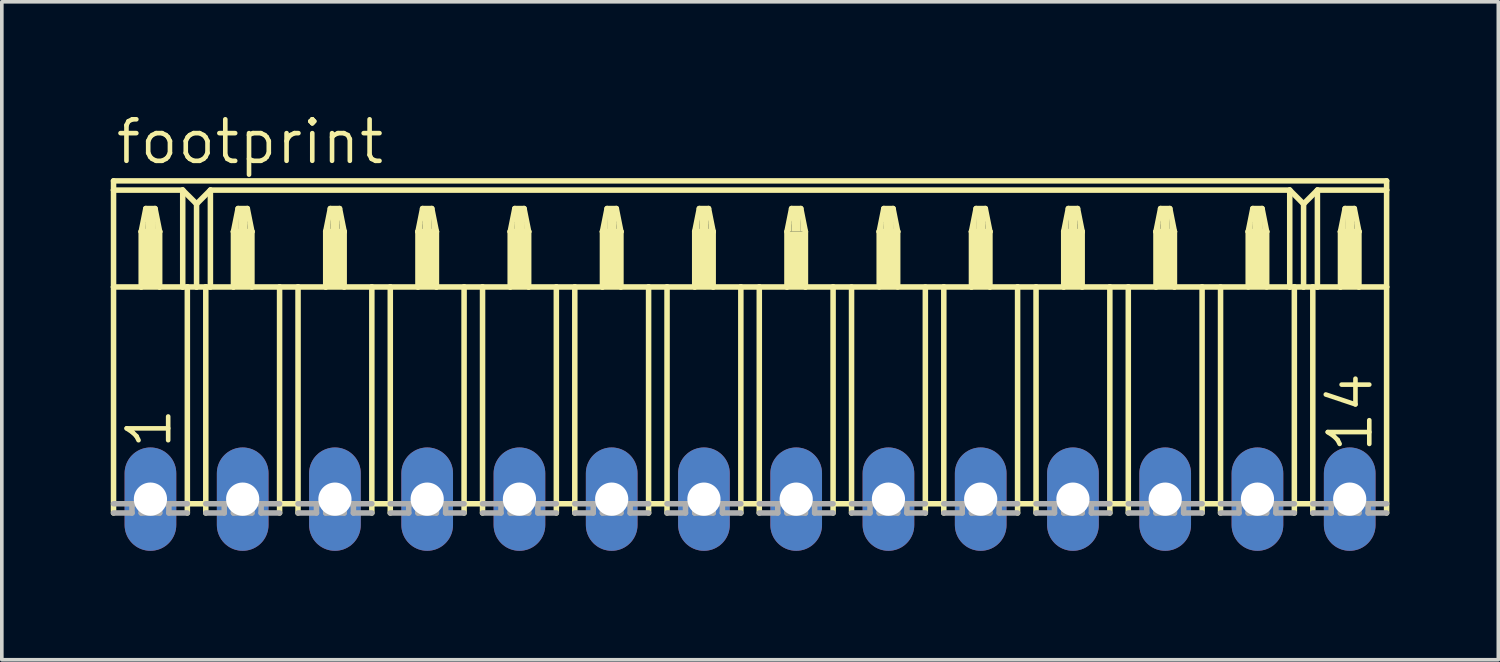
<source format=kicad_pcb>
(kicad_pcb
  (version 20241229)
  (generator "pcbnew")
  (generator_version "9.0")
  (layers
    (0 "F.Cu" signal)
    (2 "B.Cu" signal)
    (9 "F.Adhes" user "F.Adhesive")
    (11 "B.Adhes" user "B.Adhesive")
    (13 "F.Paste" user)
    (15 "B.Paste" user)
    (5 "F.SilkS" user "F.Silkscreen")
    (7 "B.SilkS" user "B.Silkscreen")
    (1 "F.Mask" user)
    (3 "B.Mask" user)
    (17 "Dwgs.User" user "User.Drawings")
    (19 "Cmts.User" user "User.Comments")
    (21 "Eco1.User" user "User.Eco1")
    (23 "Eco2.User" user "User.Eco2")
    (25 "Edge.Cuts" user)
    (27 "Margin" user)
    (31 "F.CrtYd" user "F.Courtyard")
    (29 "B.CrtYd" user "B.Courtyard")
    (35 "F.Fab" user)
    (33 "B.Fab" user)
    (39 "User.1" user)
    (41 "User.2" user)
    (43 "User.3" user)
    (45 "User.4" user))
  (footprint "footprint"
    (layer "F.Cu")
    (at 17.602 10.693)
    (property "Reference" "footprint" (at -17.526 -9.169 0) (layer "F.SilkS") (effects (font (size 1.143 1.143) (thickness 0.127)) (justify left bottom)))
    (fp_line (start -17.526 -8.763) (end -17.526 -8.509) (stroke (width 0.152) (type solid)) (layer "F.SilkS"))
    (fp_line (start -17.526 -8.763) (end 17.526 -8.763) (stroke (width 0.152) (type solid)) (layer "F.SilkS"))
    (fp_line (start -17.526 -8.509) (end -17.526 -5.842) (stroke (width 0.152) (type solid)) (layer "F.SilkS"))
    (fp_line (start -17.526 -8.509) (end -15.621 -8.509) (stroke (width 0.152) (type solid)) (layer "F.SilkS"))
    (fp_line (start -17.526 -5.842) (end -17.526 0.381) (stroke (width 0.152) (type solid)) (layer "F.SilkS"))
    (fp_line (start -17.526 -5.842) (end -16.764 -5.842) (stroke (width 0.152) (type solid)) (layer "F.SilkS"))
    (fp_line (start -16.764 -7.366) (end -16.764 -5.842) (stroke (width 0.152) (type solid)) (layer "F.SilkS"))
    (fp_line (start -16.764 -7.366) (end -16.637 -8.001) (stroke (width 0.152) (type solid)) (layer "F.SilkS"))
    (fp_line (start -16.764 -5.842) (end -16.256 -5.842) (stroke (width 0.152) (type solid)) (layer "F.SilkS"))
    (fp_line (start -16.637 -8.001) (end -16.383 -8.001) (stroke (width 0.152) (type solid)) (layer "F.SilkS"))
    (fp_line (start -16.383 -8.001) (end -16.256 -7.366) (stroke (width 0.152) (type solid)) (layer "F.SilkS"))
    (fp_line (start -16.256 -7.366) (end -16.764 -7.366) (stroke (width 0.152) (type solid)) (layer "F.SilkS"))
    (fp_line (start -16.256 -7.366) (end -16.256 -5.842) (stroke (width 0.152) (type solid)) (layer "F.SilkS"))
    (fp_line (start -16.256 -5.842) (end -15.621 -5.842) (stroke (width 0.152) (type solid)) (layer "F.SilkS"))
    (fp_line (start -15.621 -8.509) (end -15.621 -5.842) (stroke (width 0.152) (type solid)) (layer "F.SilkS"))
    (fp_line (start -15.621 -8.509) (end -15.24 -8.128) (stroke (width 0.152) (type solid)) (layer "F.SilkS"))
    (fp_line (start -15.621 -5.842) (end -15.494 -5.842) (stroke (width 0.152) (type solid)) (layer "F.SilkS"))
    (fp_line (start -15.494 -5.842) (end -15.494 0.127) (stroke (width 0.152) (type solid)) (layer "F.SilkS"))
    (fp_line (start -15.494 -5.842) (end -15.24 -5.842) (stroke (width 0.152) (type solid)) (layer "F.SilkS"))
    (fp_line (start -15.494 0.127) (end -15.494 0.381) (stroke (width 0.152) (type solid)) (layer "F.SilkS"))
    (fp_line (start -15.24 -8.128) (end -15.24 -5.842) (stroke (width 0.152) (type solid)) (layer "F.SilkS"))
    (fp_line (start -15.24 -8.128) (end -14.859 -8.509) (stroke (width 0.152) (type solid)) (layer "F.SilkS"))
    (fp_line (start -15.24 -5.842) (end -14.986 -5.842) (stroke (width 0.152) (type solid)) (layer "F.SilkS"))
    (fp_line (start -14.986 -5.842) (end -14.986 0.127) (stroke (width 0.152) (type solid)) (layer "F.SilkS"))
    (fp_line (start -14.986 -5.842) (end -14.859 -5.842) (stroke (width 0.152) (type solid)) (layer "F.SilkS"))
    (fp_line (start -14.986 0.127) (end -15.494 0.127) (stroke (width 0.152) (type solid)) (layer "F.SilkS"))
    (fp_line (start -14.986 0.127) (end -14.986 0.381) (stroke (width 0.152) (type solid)) (layer "F.SilkS"))
    (fp_line (start -14.859 -8.509) (end -14.859 -5.842) (stroke (width 0.152) (type solid)) (layer "F.SilkS"))
    (fp_line (start -14.859 -8.509) (end 14.859 -8.509) (stroke (width 0.152) (type solid)) (layer "F.SilkS"))
    (fp_line (start -14.859 -5.842) (end -14.224 -5.842) (stroke (width 0.152) (type solid)) (layer "F.SilkS"))
    (fp_line (start -14.224 -7.366) (end -14.224 -5.842) (stroke (width 0.152) (type solid)) (layer "F.SilkS"))
    (fp_line (start -14.224 -7.366) (end -14.097 -8.001) (stroke (width 0.152) (type solid)) (layer "F.SilkS"))
    (fp_line (start -14.224 -5.842) (end -13.716 -5.842) (stroke (width 0.152) (type solid)) (layer "F.SilkS"))
    (fp_line (start -14.097 -8.001) (end -13.843 -8.001) (stroke (width 0.152) (type solid)) (layer "F.SilkS"))
    (fp_line (start -13.843 -8.001) (end -13.716 -7.366) (stroke (width 0.152) (type solid)) (layer "F.SilkS"))
    (fp_line (start -13.716 -7.366) (end -14.224 -7.366) (stroke (width 0.152) (type solid)) (layer "F.SilkS"))
    (fp_line (start -13.716 -7.366) (end -13.716 -5.842) (stroke (width 0.152) (type solid)) (layer "F.SilkS"))
    (fp_line (start -13.716 -5.842) (end -12.954 -5.842) (stroke (width 0.152) (type solid)) (layer "F.SilkS"))
    (fp_line (start -12.954 -5.842) (end -12.954 0.127) (stroke (width 0.152) (type solid)) (layer "F.SilkS"))
    (fp_line (start -12.954 -5.842) (end -12.446 -5.842) (stroke (width 0.152) (type solid)) (layer "F.SilkS"))
    (fp_line (start -12.954 0.127) (end -12.954 0.381) (stroke (width 0.152) (type solid)) (layer "F.SilkS"))
    (fp_line (start -12.446 -5.842) (end -12.446 0.127) (stroke (width 0.152) (type solid)) (layer "F.SilkS"))
    (fp_line (start -12.446 -5.842) (end -11.684 -5.842) (stroke (width 0.152) (type solid)) (layer "F.SilkS"))
    (fp_line (start -12.446 0.127) (end -12.954 0.127) (stroke (width 0.152) (type solid)) (layer "F.SilkS"))
    (fp_line (start -12.446 0.127) (end -12.446 0.381) (stroke (width 0.152) (type solid)) (layer "F.SilkS"))
    (fp_line (start -11.684 -7.366) (end -11.684 -5.842) (stroke (width 0.152) (type solid)) (layer "F.SilkS"))
    (fp_line (start -11.684 -7.366) (end -11.557 -8.001) (stroke (width 0.152) (type solid)) (layer "F.SilkS"))
    (fp_line (start -11.684 -5.842) (end -11.176 -5.842) (stroke (width 0.152) (type solid)) (layer "F.SilkS"))
    (fp_line (start -11.557 -8.001) (end -11.303 -8.001) (stroke (width 0.152) (type solid)) (layer "F.SilkS"))
    (fp_line (start -11.303 -8.001) (end -11.176 -7.366) (stroke (width 0.152) (type solid)) (layer "F.SilkS"))
    (fp_line (start -11.176 -7.366) (end -11.684 -7.366) (stroke (width 0.152) (type solid)) (layer "F.SilkS"))
    (fp_line (start -11.176 -7.366) (end -11.176 -5.842) (stroke (width 0.152) (type solid)) (layer "F.SilkS"))
    (fp_line (start -11.176 -5.842) (end -10.414 -5.842) (stroke (width 0.152) (type solid)) (layer "F.SilkS"))
    (fp_line (start -10.414 -5.842) (end -10.414 0.127) (stroke (width 0.152) (type solid)) (layer "F.SilkS"))
    (fp_line (start -10.414 -5.842) (end -9.906 -5.842) (stroke (width 0.152) (type solid)) (layer "F.SilkS"))
    (fp_line (start -10.414 0.127) (end -10.414 0.381) (stroke (width 0.152) (type solid)) (layer "F.SilkS"))
    (fp_line (start -9.906 -5.842) (end -9.906 0.127) (stroke (width 0.152) (type solid)) (layer "F.SilkS"))
    (fp_line (start -9.906 -5.842) (end -9.144 -5.842) (stroke (width 0.152) (type solid)) (layer "F.SilkS"))
    (fp_line (start -9.906 0.127) (end -10.414 0.127) (stroke (width 0.152) (type solid)) (layer "F.SilkS"))
    (fp_line (start -9.906 0.127) (end -9.906 0.381) (stroke (width 0.152) (type solid)) (layer "F.SilkS"))
    (fp_line (start -9.144 -7.366) (end -9.144 -5.842) (stroke (width 0.152) (type solid)) (layer "F.SilkS"))
    (fp_line (start -9.144 -7.366) (end -9.017 -8.001) (stroke (width 0.152) (type solid)) (layer "F.SilkS"))
    (fp_line (start -9.144 -5.842) (end -8.636 -5.842) (stroke (width 0.152) (type solid)) (layer "F.SilkS"))
    (fp_line (start -9.017 -8.001) (end -8.763 -8.001) (stroke (width 0.152) (type solid)) (layer "F.SilkS"))
    (fp_line (start -8.763 -8.001) (end -8.636 -7.366) (stroke (width 0.152) (type solid)) (layer "F.SilkS"))
    (fp_line (start -8.636 -7.366) (end -9.144 -7.366) (stroke (width 0.152) (type solid)) (layer "F.SilkS"))
    (fp_line (start -8.636 -7.366) (end -8.636 -5.842) (stroke (width 0.152) (type solid)) (layer "F.SilkS"))
    (fp_line (start -8.636 -5.842) (end -7.874 -5.842) (stroke (width 0.152) (type solid)) (layer "F.SilkS"))
    (fp_line (start -7.874 -5.842) (end -7.874 0.127) (stroke (width 0.152) (type solid)) (layer "F.SilkS"))
    (fp_line (start -7.874 -5.842) (end -7.366 -5.842) (stroke (width 0.152) (type solid)) (layer "F.SilkS"))
    (fp_line (start -7.874 0.127) (end -7.874 0.381) (stroke (width 0.152) (type solid)) (layer "F.SilkS"))
    (fp_line (start -7.366 -5.842) (end -7.366 0.127) (stroke (width 0.152) (type solid)) (layer "F.SilkS"))
    (fp_line (start -7.366 -5.842) (end -6.604 -5.842) (stroke (width 0.152) (type solid)) (layer "F.SilkS"))
    (fp_line (start -7.366 0.127) (end -7.874 0.127) (stroke (width 0.152) (type solid)) (layer "F.SilkS"))
    (fp_line (start -7.366 0.127) (end -7.366 0.381) (stroke (width 0.152) (type solid)) (layer "F.SilkS"))
    (fp_line (start -6.604 -7.366) (end -6.604 -5.842) (stroke (width 0.152) (type solid)) (layer "F.SilkS"))
    (fp_line (start -6.604 -7.366) (end -6.477 -8.001) (stroke (width 0.152) (type solid)) (layer "F.SilkS"))
    (fp_line (start -6.604 -5.842) (end -6.096 -5.842) (stroke (width 0.152) (type solid)) (layer "F.SilkS"))
    (fp_line (start -6.477 -8.001) (end -6.223 -8.001) (stroke (width 0.152) (type solid)) (layer "F.SilkS"))
    (fp_line (start -6.223 -8.001) (end -6.096 -7.366) (stroke (width 0.152) (type solid)) (layer "F.SilkS"))
    (fp_line (start -6.096 -7.366) (end -6.604 -7.366) (stroke (width 0.152) (type solid)) (layer "F.SilkS"))
    (fp_line (start -6.096 -7.366) (end -6.096 -5.842) (stroke (width 0.152) (type solid)) (layer "F.SilkS"))
    (fp_line (start -6.096 -5.842) (end -5.334 -5.842) (stroke (width 0.152) (type solid)) (layer "F.SilkS"))
    (fp_line (start -5.334 -5.842) (end -5.334 0.127) (stroke (width 0.152) (type solid)) (layer "F.SilkS"))
    (fp_line (start -5.334 -5.842) (end -4.826 -5.842) (stroke (width 0.152) (type solid)) (layer "F.SilkS"))
    (fp_line (start -5.334 0.127) (end -5.334 0.381) (stroke (width 0.152) (type solid)) (layer "F.SilkS"))
    (fp_line (start -4.826 -5.842) (end -4.826 0.127) (stroke (width 0.152) (type solid)) (layer "F.SilkS"))
    (fp_line (start -4.826 -5.842) (end -4.064 -5.842) (stroke (width 0.152) (type solid)) (layer "F.SilkS"))
    (fp_line (start -4.826 0.127) (end -5.334 0.127) (stroke (width 0.152) (type solid)) (layer "F.SilkS"))
    (fp_line (start -4.826 0.127) (end -4.826 0.381) (stroke (width 0.152) (type solid)) (layer "F.SilkS"))
    (fp_line (start -4.064 -7.366) (end -4.064 -5.842) (stroke (width 0.152) (type solid)) (layer "F.SilkS"))
    (fp_line (start -4.064 -7.366) (end -3.937 -8.001) (stroke (width 0.152) (type solid)) (layer "F.SilkS"))
    (fp_line (start -4.064 -5.842) (end -3.556 -5.842) (stroke (width 0.152) (type solid)) (layer "F.SilkS"))
    (fp_line (start -3.937 -8.001) (end -3.683 -8.001) (stroke (width 0.152) (type solid)) (layer "F.SilkS"))
    (fp_line (start -3.683 -8.001) (end -3.556 -7.366) (stroke (width 0.152) (type solid)) (layer "F.SilkS"))
    (fp_line (start -3.556 -7.366) (end -4.064 -7.366) (stroke (width 0.152) (type solid)) (layer "F.SilkS"))
    (fp_line (start -3.556 -7.366) (end -3.556 -5.842) (stroke (width 0.152) (type solid)) (layer "F.SilkS"))
    (fp_line (start -3.556 -5.842) (end -2.794 -5.842) (stroke (width 0.152) (type solid)) (layer "F.SilkS"))
    (fp_line (start -2.794 -5.842) (end -2.794 0.127) (stroke (width 0.152) (type solid)) (layer "F.SilkS"))
    (fp_line (start -2.794 -5.842) (end -2.286 -5.842) (stroke (width 0.152) (type solid)) (layer "F.SilkS"))
    (fp_line (start -2.794 0.127) (end -2.794 0.381) (stroke (width 0.152) (type solid)) (layer "F.SilkS"))
    (fp_line (start -2.286 -5.842) (end -2.286 0.127) (stroke (width 0.152) (type solid)) (layer "F.SilkS"))
    (fp_line (start -2.286 -5.842) (end -1.524 -5.842) (stroke (width 0.152) (type solid)) (layer "F.SilkS"))
    (fp_line (start -2.286 0.127) (end -2.794 0.127) (stroke (width 0.152) (type solid)) (layer "F.SilkS"))
    (fp_line (start -2.286 0.127) (end -2.286 0.381) (stroke (width 0.152) (type solid)) (layer "F.SilkS"))
    (fp_line (start -1.524 -7.366) (end -1.524 -5.842) (stroke (width 0.152) (type solid)) (layer "F.SilkS"))
    (fp_line (start -1.524 -7.366) (end -1.397 -8.001) (stroke (width 0.152) (type solid)) (layer "F.SilkS"))
    (fp_line (start -1.524 -5.842) (end -1.016 -5.842) (stroke (width 0.152) (type solid)) (layer "F.SilkS"))
    (fp_line (start -1.397 -8.001) (end -1.143 -8.001) (stroke (width 0.152) (type solid)) (layer "F.SilkS"))
    (fp_line (start -1.143 -8.001) (end -1.016 -7.366) (stroke (width 0.152) (type solid)) (layer "F.SilkS"))
    (fp_line (start -1.016 -7.366) (end -1.524 -7.366) (stroke (width 0.152) (type solid)) (layer "F.SilkS"))
    (fp_line (start -1.016 -7.366) (end -1.016 -5.842) (stroke (width 0.152) (type solid)) (layer "F.SilkS"))
    (fp_line (start -1.016 -5.842) (end -0.254 -5.842) (stroke (width 0.152) (type solid)) (layer "F.SilkS"))
    (fp_line (start -0.254 -5.842) (end -0.254 0.127) (stroke (width 0.152) (type solid)) (layer "F.SilkS"))
    (fp_line (start -0.254 -5.842) (end 0.254 -5.842) (stroke (width 0.152) (type solid)) (layer "F.SilkS"))
    (fp_line (start -0.254 0.127) (end -0.254 0.381) (stroke (width 0.152) (type solid)) (layer "F.SilkS"))
    (fp_line (start 0.254 -5.842) (end 0.254 0.127) (stroke (width 0.152) (type solid)) (layer "F.SilkS"))
    (fp_line (start 0.254 -5.842) (end 1.016 -5.842) (stroke (width 0.152) (type solid)) (layer "F.SilkS"))
    (fp_line (start 0.254 0.127) (end -0.254 0.127) (stroke (width 0.152) (type solid)) (layer "F.SilkS"))
    (fp_line (start 0.254 0.127) (end 0.254 0.381) (stroke (width 0.152) (type solid)) (layer "F.SilkS"))
    (fp_line (start 1.016 -7.366) (end 1.016 -5.842) (stroke (width 0.152) (type solid)) (layer "F.SilkS"))
    (fp_line (start 1.016 -7.366) (end 1.143 -8.001) (stroke (width 0.152) (type solid)) (layer "F.SilkS"))
    (fp_line (start 1.016 -5.842) (end 1.524 -5.842) (stroke (width 0.152) (type solid)) (layer "F.SilkS"))
    (fp_line (start 1.143 -8.001) (end 1.397 -8.001) (stroke (width 0.152) (type solid)) (layer "F.SilkS"))
    (fp_line (start 1.397 -8.001) (end 1.524 -7.366) (stroke (width 0.152) (type solid)) (layer "F.SilkS"))
    (fp_line (start 1.524 -7.366) (end 1.524 -5.842) (stroke (width 0.152) (type solid)) (layer "F.SilkS"))
    (fp_line (start 1.524 -5.842) (end 2.286 -5.842) (stroke (width 0.152) (type solid)) (layer "F.SilkS"))
    (fp_line (start 2.286 -5.842) (end 2.286 0.127) (stroke (width 0.152) (type solid)) (layer "F.SilkS"))
    (fp_line (start 2.286 -5.842) (end 5.334 -5.842) (stroke (width 0.152) (type solid)) (layer "F.SilkS"))
    (fp_line (start 2.286 0.127) (end 2.286 0.381) (stroke (width 0.152) (type solid)) (layer "F.SilkS"))
    (fp_line (start 2.794 -5.842) (end 2.794 0.127) (stroke (width 0.152) (type solid)) (layer "F.SilkS"))
    (fp_line (start 2.794 0.127) (end 2.286 0.127) (stroke (width 0.152) (type solid)) (layer "F.SilkS"))
    (fp_line (start 2.794 0.127) (end 2.794 0.381) (stroke (width 0.152) (type solid)) (layer "F.SilkS"))
    (fp_line (start 3.556 -7.366) (end 3.556 -5.842) (stroke (width 0.152) (type solid)) (layer "F.SilkS"))
    (fp_line (start 3.556 -7.366) (end 3.683 -8.001) (stroke (width 0.152) (type solid)) (layer "F.SilkS"))
    (fp_line (start 3.683 -8.001) (end 3.937 -8.001) (stroke (width 0.152) (type solid)) (layer "F.SilkS"))
    (fp_line (start 3.937 -8.001) (end 4.064 -7.366) (stroke (width 0.152) (type solid)) (layer "F.SilkS"))
    (fp_line (start 4.064 -7.366) (end 3.556 -7.366) (stroke (width 0.152) (type solid)) (layer "F.SilkS"))
    (fp_line (start 4.064 -7.366) (end 4.064 -5.842) (stroke (width 0.152) (type solid)) (layer "F.SilkS"))
    (fp_line (start 4.826 -5.842) (end 4.826 0.127) (stroke (width 0.152) (type solid)) (layer "F.SilkS"))
    (fp_line (start 4.826 0.127) (end 4.826 0.381) (stroke (width 0.152) (type solid)) (layer "F.SilkS"))
    (fp_line (start 5.334 -5.842) (end 5.334 0.127) (stroke (width 0.152) (type solid)) (layer "F.SilkS"))
    (fp_line (start 5.334 -5.842) (end 6.096 -5.842) (stroke (width 0.152) (type solid)) (layer "F.SilkS"))
    (fp_line (start 5.334 0.127) (end 4.826 0.127) (stroke (width 0.152) (type solid)) (layer "F.SilkS"))
    (fp_line (start 5.334 0.127) (end 5.334 0.381) (stroke (width 0.152) (type solid)) (layer "F.SilkS"))
    (fp_line (start 6.096 -7.366) (end 6.096 -5.842) (stroke (width 0.152) (type solid)) (layer "F.SilkS"))
    (fp_line (start 6.096 -7.366) (end 6.223 -8.001) (stroke (width 0.152) (type solid)) (layer "F.SilkS"))
    (fp_line (start 6.096 -5.842) (end 6.604 -5.842) (stroke (width 0.152) (type solid)) (layer "F.SilkS"))
    (fp_line (start 6.223 -8.001) (end 6.477 -8.001) (stroke (width 0.152) (type solid)) (layer "F.SilkS"))
    (fp_line (start 6.477 -8.001) (end 6.604 -7.366) (stroke (width 0.152) (type solid)) (layer "F.SilkS"))
    (fp_line (start 6.604 -7.366) (end 6.096 -7.366) (stroke (width 0.152) (type solid)) (layer "F.SilkS"))
    (fp_line (start 6.604 -7.366) (end 6.604 -5.842) (stroke (width 0.152) (type solid)) (layer "F.SilkS"))
    (fp_line (start 6.604 -5.842) (end 7.366 -5.842) (stroke (width 0.152) (type solid)) (layer "F.SilkS"))
    (fp_line (start 7.366 -5.842) (end 7.366 0.127) (stroke (width 0.152) (type solid)) (layer "F.SilkS"))
    (fp_line (start 7.366 -5.842) (end 7.874 -5.842) (stroke (width 0.152) (type solid)) (layer "F.SilkS"))
    (fp_line (start 7.366 0.127) (end 7.366 0.381) (stroke (width 0.152) (type solid)) (layer "F.SilkS"))
    (fp_line (start 7.874 -5.842) (end 7.874 0.127) (stroke (width 0.152) (type solid)) (layer "F.SilkS"))
    (fp_line (start 7.874 -5.842) (end 8.636 -5.842) (stroke (width 0.152) (type solid)) (layer "F.SilkS"))
    (fp_line (start 7.874 0.127) (end 7.366 0.127) (stroke (width 0.152) (type solid)) (layer "F.SilkS"))
    (fp_line (start 7.874 0.127) (end 7.874 0.381) (stroke (width 0.152) (type solid)) (layer "F.SilkS"))
    (fp_line (start 8.636 -7.366) (end 8.636 -5.842) (stroke (width 0.152) (type solid)) (layer "F.SilkS"))
    (fp_line (start 8.636 -7.366) (end 8.763 -8.001) (stroke (width 0.152) (type solid)) (layer "F.SilkS"))
    (fp_line (start 8.636 -5.842) (end 9.144 -5.842) (stroke (width 0.152) (type solid)) (layer "F.SilkS"))
    (fp_line (start 8.763 -8.001) (end 9.017 -8.001) (stroke (width 0.152) (type solid)) (layer "F.SilkS"))
    (fp_line (start 9.017 -8.001) (end 9.144 -7.366) (stroke (width 0.152) (type solid)) (layer "F.SilkS"))
    (fp_line (start 9.144 -7.366) (end 8.636 -7.366) (stroke (width 0.152) (type solid)) (layer "F.SilkS"))
    (fp_line (start 9.144 -7.366) (end 9.144 -5.842) (stroke (width 0.152) (type solid)) (layer "F.SilkS"))
    (fp_line (start 9.144 -5.842) (end 9.906 -5.842) (stroke (width 0.152) (type solid)) (layer "F.SilkS"))
    (fp_line (start 9.906 -5.842) (end 9.906 0.127) (stroke (width 0.152) (type solid)) (layer "F.SilkS"))
    (fp_line (start 9.906 -5.842) (end 10.414 -5.842) (stroke (width 0.152) (type solid)) (layer "F.SilkS"))
    (fp_line (start 9.906 0.127) (end 9.906 0.381) (stroke (width 0.152) (type solid)) (layer "F.SilkS"))
    (fp_line (start 10.414 -5.842) (end 10.414 0.127) (stroke (width 0.152) (type solid)) (layer "F.SilkS"))
    (fp_line (start 10.414 -5.842) (end 11.176 -5.842) (stroke (width 0.152) (type solid)) (layer "F.SilkS"))
    (fp_line (start 10.414 0.127) (end 9.906 0.127) (stroke (width 0.152) (type solid)) (layer "F.SilkS"))
    (fp_line (start 10.414 0.127) (end 10.414 0.381) (stroke (width 0.152) (type solid)) (layer "F.SilkS"))
    (fp_line (start 11.176 -7.366) (end 11.176 -5.842) (stroke (width 0.152) (type solid)) (layer "F.SilkS"))
    (fp_line (start 11.176 -7.366) (end 11.303 -8.001) (stroke (width 0.152) (type solid)) (layer "F.SilkS"))
    (fp_line (start 11.176 -5.842) (end 11.684 -5.842) (stroke (width 0.152) (type solid)) (layer "F.SilkS"))
    (fp_line (start 11.303 -8.001) (end 11.557 -8.001) (stroke (width 0.152) (type solid)) (layer "F.SilkS"))
    (fp_line (start 11.557 -8.001) (end 11.684 -7.366) (stroke (width 0.152) (type solid)) (layer "F.SilkS"))
    (fp_line (start 11.684 -7.366) (end 11.176 -7.366) (stroke (width 0.152) (type solid)) (layer "F.SilkS"))
    (fp_line (start 11.684 -7.366) (end 11.684 -5.842) (stroke (width 0.152) (type solid)) (layer "F.SilkS"))
    (fp_line (start 11.684 -5.842) (end 12.446 -5.842) (stroke (width 0.152) (type solid)) (layer "F.SilkS"))
    (fp_line (start 12.446 -5.842) (end 12.446 0.127) (stroke (width 0.152) (type solid)) (layer "F.SilkS"))
    (fp_line (start 12.446 -5.842) (end 14.859 -5.842) (stroke (width 0.152) (type solid)) (layer "F.SilkS"))
    (fp_line (start 12.446 0.127) (end 12.446 0.381) (stroke (width 0.152) (type solid)) (layer "F.SilkS"))
    (fp_line (start 12.954 -5.842) (end 12.954 0.127) (stroke (width 0.152) (type solid)) (layer "F.SilkS"))
    (fp_line (start 12.954 0.127) (end 12.446 0.127) (stroke (width 0.152) (type solid)) (layer "F.SilkS"))
    (fp_line (start 12.954 0.127) (end 12.954 0.381) (stroke (width 0.152) (type solid)) (layer "F.SilkS"))
    (fp_line (start 13.716 -7.366) (end 13.716 -5.842) (stroke (width 0.152) (type solid)) (layer "F.SilkS"))
    (fp_line (start 13.716 -7.366) (end 13.843 -8.001) (stroke (width 0.152) (type solid)) (layer "F.SilkS"))
    (fp_line (start 13.843 -8.001) (end 14.097 -8.001) (stroke (width 0.152) (type solid)) (layer "F.SilkS"))
    (fp_line (start 14.097 -8.001) (end 14.224 -7.366) (stroke (width 0.152) (type solid)) (layer "F.SilkS"))
    (fp_line (start 14.224 -7.366) (end 13.716 -7.366) (stroke (width 0.152) (type solid)) (layer "F.SilkS"))
    (fp_line (start 14.224 -7.366) (end 14.224 -5.842) (stroke (width 0.152) (type solid)) (layer "F.SilkS"))
    (fp_line (start 14.859 -8.509) (end 14.859 -5.842) (stroke (width 0.152) (type solid)) (layer "F.SilkS"))
    (fp_line (start 14.859 -8.509) (end 15.24 -8.128) (stroke (width 0.152) (type solid)) (layer "F.SilkS"))
    (fp_line (start 14.859 -5.842) (end 14.986 -5.842) (stroke (width 0.152) (type solid)) (layer "F.SilkS"))
    (fp_line (start 14.986 -5.842) (end 14.986 0.127) (stroke (width 0.152) (type solid)) (layer "F.SilkS"))
    (fp_line (start 14.986 -5.842) (end 15.24 -5.842) (stroke (width 0.152) (type solid)) (layer "F.SilkS"))
    (fp_line (start 14.986 0.127) (end 14.986 0.381) (stroke (width 0.152) (type solid)) (layer "F.SilkS"))
    (fp_line (start 15.24 -8.128) (end 15.24 -5.842) (stroke (width 0.152) (type solid)) (layer "F.SilkS"))
    (fp_line (start 15.24 -8.128) (end 15.621 -8.509) (stroke (width 0.152) (type solid)) (layer "F.SilkS"))
    (fp_line (start 15.24 -5.842) (end 15.494 -5.842) (stroke (width 0.152) (type solid)) (layer "F.SilkS"))
    (fp_line (start 15.494 -5.842) (end 15.494 0.127) (stroke (width 0.152) (type solid)) (layer "F.SilkS"))
    (fp_line (start 15.494 -5.842) (end 15.621 -5.842) (stroke (width 0.152) (type solid)) (layer "F.SilkS"))
    (fp_line (start 15.494 0.127) (end 14.986 0.127) (stroke (width 0.152) (type solid)) (layer "F.SilkS"))
    (fp_line (start 15.494 0.127) (end 15.494 0.381) (stroke (width 0.152) (type solid)) (layer "F.SilkS"))
    (fp_line (start 15.621 -8.509) (end 15.621 -5.842) (stroke (width 0.152) (type solid)) (layer "F.SilkS"))
    (fp_line (start 15.621 -8.509) (end 17.526 -8.509) (stroke (width 0.152) (type solid)) (layer "F.SilkS"))
    (fp_line (start 15.621 -5.842) (end 16.256 -5.842) (stroke (width 0.152) (type solid)) (layer "F.SilkS"))
    (fp_line (start 16.256 -7.366) (end 16.256 -5.842) (stroke (width 0.152) (type solid)) (layer "F.SilkS"))
    (fp_line (start 16.256 -7.366) (end 16.383 -8.001) (stroke (width 0.152) (type solid)) (layer "F.SilkS"))
    (fp_line (start 16.256 -5.842) (end 16.764 -5.842) (stroke (width 0.152) (type solid)) (layer "F.SilkS"))
    (fp_line (start 16.383 -8.001) (end 16.637 -8.001) (stroke (width 0.152) (type solid)) (layer "F.SilkS"))
    (fp_line (start 16.637 -8.001) (end 16.764 -7.366) (stroke (width 0.152) (type solid)) (layer "F.SilkS"))
    (fp_line (start 16.764 -7.366) (end 16.256 -7.366) (stroke (width 0.152) (type solid)) (layer "F.SilkS"))
    (fp_line (start 16.764 -7.366) (end 16.764 -5.842) (stroke (width 0.152) (type solid)) (layer "F.SilkS"))
    (fp_line (start 16.764 -5.842) (end 17.526 -5.842) (stroke (width 0.152) (type solid)) (layer "F.SilkS"))
    (fp_line (start 17.526 -8.509) (end 17.526 -8.763) (stroke (width 0.152) (type solid)) (layer "F.SilkS"))
    (fp_line (start 17.526 -5.842) (end 17.526 -8.509) (stroke (width 0.152) (type solid)) (layer "F.SilkS"))
    (fp_line (start 17.526 -5.842) (end 17.526 0.381) (stroke (width 0.152) (type solid)) (layer "F.SilkS"))
    (fp_poly (pts (xy -16.764 -7.366) (xy -16.637 -7.366) (xy -16.637 -7.62) (xy -16.764 -7.62)) (stroke (width 0) (type solid)) (fill yes) (layer "F.SilkS"))
    (fp_poly (pts (xy -16.764 -5.842) (xy -16.256 -5.842) (xy -16.256 -7.366) (xy -16.764 -7.366)) (stroke (width 0) (type solid)) (fill yes) (layer "F.SilkS"))
    (fp_poly (pts (xy -16.637 -7.366) (xy -16.383 -7.366) (xy -16.383 -8.001) (xy -16.637 -8.001)) (stroke (width 0) (type solid)) (fill yes) (layer "F.SilkS"))
    (fp_poly (pts (xy -16.383 -7.366) (xy -16.256 -7.366) (xy -16.256 -7.62) (xy -16.383 -7.62)) (stroke (width 0) (type solid)) (fill yes) (layer "F.SilkS"))
    (fp_poly (pts (xy -14.224 -7.366) (xy -14.097 -7.366) (xy -14.097 -7.62) (xy -14.224 -7.62)) (stroke (width 0) (type solid)) (fill yes) (layer "F.SilkS"))
    (fp_poly (pts (xy -14.224 -5.842) (xy -13.716 -5.842) (xy -13.716 -7.366) (xy -14.224 -7.366)) (stroke (width 0) (type solid)) (fill yes) (layer "F.SilkS"))
    (fp_poly (pts (xy -14.097 -7.366) (xy -13.843 -7.366) (xy -13.843 -8.001) (xy -14.097 -8.001)) (stroke (width 0) (type solid)) (fill yes) (layer "F.SilkS"))
    (fp_poly (pts (xy -13.843 -7.366) (xy -13.716 -7.366) (xy -13.716 -7.62) (xy -13.843 -7.62)) (stroke (width 0) (type solid)) (fill yes) (layer "F.SilkS"))
    (fp_poly (pts (xy -11.684 -7.366) (xy -11.557 -7.366) (xy -11.557 -7.62) (xy -11.684 -7.62)) (stroke (width 0) (type solid)) (fill yes) (layer "F.SilkS"))
    (fp_poly (pts (xy -11.684 -5.842) (xy -11.176 -5.842) (xy -11.176 -7.366) (xy -11.684 -7.366)) (stroke (width 0) (type solid)) (fill yes) (layer "F.SilkS"))
    (fp_poly (pts (xy -11.557 -7.366) (xy -11.303 -7.366) (xy -11.303 -8.001) (xy -11.557 -8.001)) (stroke (width 0) (type solid)) (fill yes) (layer "F.SilkS"))
    (fp_poly (pts (xy -11.303 -7.366) (xy -11.176 -7.366) (xy -11.176 -7.62) (xy -11.303 -7.62)) (stroke (width 0) (type solid)) (fill yes) (layer "F.SilkS"))
    (fp_poly (pts (xy -9.144 -7.366) (xy -9.017 -7.366) (xy -9.017 -7.62) (xy -9.144 -7.62)) (stroke (width 0) (type solid)) (fill yes) (layer "F.SilkS"))
    (fp_poly (pts (xy -9.144 -5.842) (xy -8.636 -5.842) (xy -8.636 -7.366) (xy -9.144 -7.366)) (stroke (width 0) (type solid)) (fill yes) (layer "F.SilkS"))
    (fp_poly (pts (xy -9.017 -7.366) (xy -8.763 -7.366) (xy -8.763 -8.001) (xy -9.017 -8.001)) (stroke (width 0) (type solid)) (fill yes) (layer "F.SilkS"))
    (fp_poly (pts (xy -8.763 -7.366) (xy -8.636 -7.366) (xy -8.636 -7.62) (xy -8.763 -7.62)) (stroke (width 0) (type solid)) (fill yes) (layer "F.SilkS"))
    (fp_poly (pts (xy -6.604 -7.366) (xy -6.477 -7.366) (xy -6.477 -7.62) (xy -6.604 -7.62)) (stroke (width 0) (type solid)) (fill yes) (layer "F.SilkS"))
    (fp_poly (pts (xy -6.604 -5.842) (xy -6.096 -5.842) (xy -6.096 -7.366) (xy -6.604 -7.366)) (stroke (width 0) (type solid)) (fill yes) (layer "F.SilkS"))
    (fp_poly (pts (xy -6.477 -7.366) (xy -6.223 -7.366) (xy -6.223 -8.001) (xy -6.477 -8.001)) (stroke (width 0) (type solid)) (fill yes) (layer "F.SilkS"))
    (fp_poly (pts (xy -6.223 -7.366) (xy -6.096 -7.366) (xy -6.096 -7.62) (xy -6.223 -7.62)) (stroke (width 0) (type solid)) (fill yes) (layer "F.SilkS"))
    (fp_poly (pts (xy -4.064 -7.366) (xy -3.937 -7.366) (xy -3.937 -7.62) (xy -4.064 -7.62)) (stroke (width 0) (type solid)) (fill yes) (layer "F.SilkS"))
    (fp_poly (pts (xy -4.064 -5.842) (xy -3.556 -5.842) (xy -3.556 -7.366) (xy -4.064 -7.366)) (stroke (width 0) (type solid)) (fill yes) (layer "F.SilkS"))
    (fp_poly (pts (xy -3.937 -7.366) (xy -3.683 -7.366) (xy -3.683 -8.001) (xy -3.937 -8.001)) (stroke (width 0) (type solid)) (fill yes) (layer "F.SilkS"))
    (fp_poly (pts (xy -3.683 -7.366) (xy -3.556 -7.366) (xy -3.556 -7.62) (xy -3.683 -7.62)) (stroke (width 0) (type solid)) (fill yes) (layer "F.SilkS"))
    (fp_poly (pts (xy -1.524 -7.366) (xy -1.397 -7.366) (xy -1.397 -7.62) (xy -1.524 -7.62)) (stroke (width 0) (type solid)) (fill yes) (layer "F.SilkS"))
    (fp_poly (pts (xy -1.524 -5.842) (xy -1.016 -5.842) (xy -1.016 -7.366) (xy -1.524 -7.366)) (stroke (width 0) (type solid)) (fill yes) (layer "F.SilkS"))
    (fp_poly (pts (xy -1.397 -7.366) (xy -1.143 -7.366) (xy -1.143 -8.001) (xy -1.397 -8.001)) (stroke (width 0) (type solid)) (fill yes) (layer "F.SilkS"))
    (fp_poly (pts (xy -1.143 -7.366) (xy -1.016 -7.366) (xy -1.016 -7.62) (xy -1.143 -7.62)) (stroke (width 0) (type solid)) (fill yes) (layer "F.SilkS"))
    (fp_poly (pts (xy 1.016 -7.366) (xy 1.143 -7.366) (xy 1.143 -7.62) (xy 1.016 -7.62)) (stroke (width 0) (type solid)) (fill yes) (layer "F.SilkS"))
    (fp_poly (pts (xy 1.016 -5.842) (xy 1.524 -5.842) (xy 1.524 -7.366) (xy 1.016 -7.366)) (stroke (width 0) (type solid)) (fill yes) (layer "F.SilkS"))
    (fp_poly (pts (xy 1.143 -7.366) (xy 1.397 -7.366) (xy 1.397 -8.001) (xy 1.143 -8.001)) (stroke (width 0) (type solid)) (fill yes) (layer "F.SilkS"))
    (fp_poly (pts (xy 1.397 -7.366) (xy 1.524 -7.366) (xy 1.524 -7.62) (xy 1.397 -7.62)) (stroke (width 0) (type solid)) (fill yes) (layer "F.SilkS"))
    (fp_poly (pts (xy 3.556 -7.366) (xy 3.683 -7.366) (xy 3.683 -7.62) (xy 3.556 -7.62)) (stroke (width 0) (type solid)) (fill yes) (layer "F.SilkS"))
    (fp_poly (pts (xy 3.556 -5.842) (xy 4.064 -5.842) (xy 4.064 -7.366) (xy 3.556 -7.366)) (stroke (width 0) (type solid)) (fill yes) (layer "F.SilkS"))
    (fp_poly (pts (xy 3.683 -7.366) (xy 3.937 -7.366) (xy 3.937 -8.001) (xy 3.683 -8.001)) (stroke (width 0) (type solid)) (fill yes) (layer "F.SilkS"))
    (fp_poly (pts (xy 3.937 -7.366) (xy 4.064 -7.366) (xy 4.064 -7.62) (xy 3.937 -7.62)) (stroke (width 0) (type solid)) (fill yes) (layer "F.SilkS"))
    (fp_poly (pts (xy 6.096 -7.366) (xy 6.223 -7.366) (xy 6.223 -7.62) (xy 6.096 -7.62)) (stroke (width 0) (type solid)) (fill yes) (layer "F.SilkS"))
    (fp_poly (pts (xy 6.096 -5.842) (xy 6.604 -5.842) (xy 6.604 -7.366) (xy 6.096 -7.366)) (stroke (width 0) (type solid)) (fill yes) (layer "F.SilkS"))
    (fp_poly (pts (xy 6.223 -7.366) (xy 6.477 -7.366) (xy 6.477 -8.001) (xy 6.223 -8.001)) (stroke (width 0) (type solid)) (fill yes) (layer "F.SilkS"))
    (fp_poly (pts (xy 6.477 -7.366) (xy 6.604 -7.366) (xy 6.604 -7.62) (xy 6.477 -7.62)) (stroke (width 0) (type solid)) (fill yes) (layer "F.SilkS"))
    (fp_poly (pts (xy 8.636 -7.366) (xy 8.763 -7.366) (xy 8.763 -7.62) (xy 8.636 -7.62)) (stroke (width 0) (type solid)) (fill yes) (layer "F.SilkS"))
    (fp_poly (pts (xy 8.636 -5.842) (xy 9.144 -5.842) (xy 9.144 -7.366) (xy 8.636 -7.366)) (stroke (width 0) (type solid)) (fill yes) (layer "F.SilkS"))
    (fp_poly (pts (xy 8.763 -7.366) (xy 9.017 -7.366) (xy 9.017 -8.001) (xy 8.763 -8.001)) (stroke (width 0) (type solid)) (fill yes) (layer "F.SilkS"))
    (fp_poly (pts (xy 9.017 -7.366) (xy 9.144 -7.366) (xy 9.144 -7.62) (xy 9.017 -7.62)) (stroke (width 0) (type solid)) (fill yes) (layer "F.SilkS"))
    (fp_poly (pts (xy 11.176 -7.366) (xy 11.303 -7.366) (xy 11.303 -7.62) (xy 11.176 -7.62)) (stroke (width 0) (type solid)) (fill yes) (layer "F.SilkS"))
    (fp_poly (pts (xy 11.176 -5.842) (xy 11.684 -5.842) (xy 11.684 -7.366) (xy 11.176 -7.366)) (stroke (width 0) (type solid)) (fill yes) (layer "F.SilkS"))
    (fp_poly (pts (xy 11.303 -7.366) (xy 11.557 -7.366) (xy 11.557 -8.001) (xy 11.303 -8.001)) (stroke (width 0) (type solid)) (fill yes) (layer "F.SilkS"))
    (fp_poly (pts (xy 11.557 -7.366) (xy 11.684 -7.366) (xy 11.684 -7.62) (xy 11.557 -7.62)) (stroke (width 0) (type solid)) (fill yes) (layer "F.SilkS"))
    (fp_poly (pts (xy 13.716 -7.366) (xy 13.843 -7.366) (xy 13.843 -7.62) (xy 13.716 -7.62)) (stroke (width 0) (type solid)) (fill yes) (layer "F.SilkS"))
    (fp_poly (pts (xy 13.716 -5.842) (xy 14.224 -5.842) (xy 14.224 -7.366) (xy 13.716 -7.366)) (stroke (width 0) (type solid)) (fill yes) (layer "F.SilkS"))
    (fp_poly (pts (xy 13.843 -7.366) (xy 14.097 -7.366) (xy 14.097 -8.001) (xy 13.843 -8.001)) (stroke (width 0) (type solid)) (fill yes) (layer "F.SilkS"))
    (fp_poly (pts (xy 14.097 -7.366) (xy 14.224 -7.366) (xy 14.224 -7.62) (xy 14.097 -7.62)) (stroke (width 0) (type solid)) (fill yes) (layer "F.SilkS"))
    (fp_poly (pts (xy 16.256 -7.366) (xy 16.383 -7.366) (xy 16.383 -7.62) (xy 16.256 -7.62)) (stroke (width 0) (type solid)) (fill yes) (layer "F.SilkS"))
    (fp_poly (pts (xy 16.256 -5.842) (xy 16.764 -5.842) (xy 16.764 -7.366) (xy 16.256 -7.366)) (stroke (width 0) (type solid)) (fill yes) (layer "F.SilkS"))
    (fp_poly (pts (xy 16.383 -7.366) (xy 16.637 -7.366) (xy 16.637 -8.001) (xy 16.383 -8.001)) (stroke (width 0) (type solid)) (fill yes) (layer "F.SilkS"))
    (fp_poly (pts (xy 16.637 -7.366) (xy 16.764 -7.366) (xy 16.764 -7.62) (xy 16.637 -7.62)) (stroke (width 0) (type solid)) (fill yes) (layer "F.SilkS"))
    (fp_line (start -17.526 0.127) (end -17.018 0.127) (stroke (width 0.152) (type solid)) (layer "F.Fab"))
    (fp_line (start -17.018 0.381) (end -17.526 0.381) (stroke (width 0.152) (type solid)) (layer "F.Fab"))
    (fp_line (start -17.018 0.381) (end -17.018 0.127) (stroke (width 0.152) (type solid)) (layer "F.Fab"))
    (fp_line (start -16.764 0.127) (end -17.018 0.127) (stroke (width 0.152) (type solid)) (layer "F.Fab"))
    (fp_line (start -16.764 0.381) (end -16.764 0.127) (stroke (width 0.152) (type solid)) (layer "F.Fab"))
    (fp_line (start -16.256 0.381) (end -16.764 0.381) (stroke (width 0.152) (type solid)) (layer "F.Fab"))
    (fp_line (start -16.256 0.381) (end -16.256 0.127) (stroke (width 0.152) (type solid)) (layer "F.Fab"))
    (fp_line (start -16.002 0.127) (end -16.256 0.127) (stroke (width 0.152) (type solid)) (layer "F.Fab"))
    (fp_line (start -16.002 0.381) (end -16.002 0.127) (stroke (width 0.152) (type solid)) (layer "F.Fab"))
    (fp_line (start -15.494 0.127) (end -16.002 0.127) (stroke (width 0.152) (type solid)) (layer "F.Fab"))
    (fp_line (start -15.494 0.381) (end -16.002 0.381) (stroke (width 0.152) (type solid)) (layer "F.Fab"))
    (fp_line (start -14.986 0.127) (end -14.478 0.127) (stroke (width 0.152) (type solid)) (layer "F.Fab"))
    (fp_line (start -14.478 0.381) (end -14.986 0.381) (stroke (width 0.152) (type solid)) (layer "F.Fab"))
    (fp_line (start -14.478 0.381) (end -14.478 0.127) (stroke (width 0.152) (type solid)) (layer "F.Fab"))
    (fp_line (start -14.224 0.127) (end -14.478 0.127) (stroke (width 0.152) (type solid)) (layer "F.Fab"))
    (fp_line (start -14.224 0.381) (end -14.224 0.127) (stroke (width 0.152) (type solid)) (layer "F.Fab"))
    (fp_line (start -13.716 0.381) (end -14.224 0.381) (stroke (width 0.152) (type solid)) (layer "F.Fab"))
    (fp_line (start -13.716 0.381) (end -13.716 0.127) (stroke (width 0.152) (type solid)) (layer "F.Fab"))
    (fp_line (start -13.462 0.127) (end -13.716 0.127) (stroke (width 0.152) (type solid)) (layer "F.Fab"))
    (fp_line (start -13.462 0.381) (end -13.462 0.127) (stroke (width 0.152) (type solid)) (layer "F.Fab"))
    (fp_line (start -12.954 0.127) (end -13.462 0.127) (stroke (width 0.152) (type solid)) (layer "F.Fab"))
    (fp_line (start -12.954 0.381) (end -13.462 0.381) (stroke (width 0.152) (type solid)) (layer "F.Fab"))
    (fp_line (start -12.446 0.127) (end -11.938 0.127) (stroke (width 0.152) (type solid)) (layer "F.Fab"))
    (fp_line (start -11.938 0.381) (end -12.446 0.381) (stroke (width 0.152) (type solid)) (layer "F.Fab"))
    (fp_line (start -11.938 0.381) (end -11.938 0.127) (stroke (width 0.152) (type solid)) (layer "F.Fab"))
    (fp_line (start -11.684 0.127) (end -11.938 0.127) (stroke (width 0.152) (type solid)) (layer "F.Fab"))
    (fp_line (start -11.684 0.381) (end -11.684 0.127) (stroke (width 0.152) (type solid)) (layer "F.Fab"))
    (fp_line (start -11.176 0.381) (end -11.684 0.381) (stroke (width 0.152) (type solid)) (layer "F.Fab"))
    (fp_line (start -11.176 0.381) (end -11.176 0.127) (stroke (width 0.152) (type solid)) (layer "F.Fab"))
    (fp_line (start -10.922 0.127) (end -11.176 0.127) (stroke (width 0.152) (type solid)) (layer "F.Fab"))
    (fp_line (start -10.922 0.381) (end -10.922 0.127) (stroke (width 0.152) (type solid)) (layer "F.Fab"))
    (fp_line (start -10.414 0.127) (end -10.922 0.127) (stroke (width 0.152) (type solid)) (layer "F.Fab"))
    (fp_line (start -10.414 0.381) (end -10.922 0.381) (stroke (width 0.152) (type solid)) (layer "F.Fab"))
    (fp_line (start -9.906 0.127) (end -9.398 0.127) (stroke (width 0.152) (type solid)) (layer "F.Fab"))
    (fp_line (start -9.398 0.381) (end -9.906 0.381) (stroke (width 0.152) (type solid)) (layer "F.Fab"))
    (fp_line (start -9.398 0.381) (end -9.398 0.127) (stroke (width 0.152) (type solid)) (layer "F.Fab"))
    (fp_line (start -9.144 0.127) (end -9.398 0.127) (stroke (width 0.152) (type solid)) (layer "F.Fab"))
    (fp_line (start -9.144 0.381) (end -9.144 0.127) (stroke (width 0.152) (type solid)) (layer "F.Fab"))
    (fp_line (start -8.636 0.381) (end -9.144 0.381) (stroke (width 0.152) (type solid)) (layer "F.Fab"))
    (fp_line (start -8.636 0.381) (end -8.636 0.127) (stroke (width 0.152) (type solid)) (layer "F.Fab"))
    (fp_line (start -8.382 0.127) (end -8.636 0.127) (stroke (width 0.152) (type solid)) (layer "F.Fab"))
    (fp_line (start -8.382 0.381) (end -8.382 0.127) (stroke (width 0.152) (type solid)) (layer "F.Fab"))
    (fp_line (start -7.874 0.127) (end -8.382 0.127) (stroke (width 0.152) (type solid)) (layer "F.Fab"))
    (fp_line (start -7.874 0.381) (end -8.382 0.381) (stroke (width 0.152) (type solid)) (layer "F.Fab"))
    (fp_line (start -7.366 0.127) (end -6.858 0.127) (stroke (width 0.152) (type solid)) (layer "F.Fab"))
    (fp_line (start -6.858 0.381) (end -7.366 0.381) (stroke (width 0.152) (type solid)) (layer "F.Fab"))
    (fp_line (start -6.858 0.381) (end -6.858 0.127) (stroke (width 0.152) (type solid)) (layer "F.Fab"))
    (fp_line (start -6.604 0.127) (end -6.858 0.127) (stroke (width 0.152) (type solid)) (layer "F.Fab"))
    (fp_line (start -6.604 0.381) (end -6.604 0.127) (stroke (width 0.152) (type solid)) (layer "F.Fab"))
    (fp_line (start -6.096 0.381) (end -6.604 0.381) (stroke (width 0.152) (type solid)) (layer "F.Fab"))
    (fp_line (start -6.096 0.381) (end -6.096 0.127) (stroke (width 0.152) (type solid)) (layer "F.Fab"))
    (fp_line (start -5.842 0.127) (end -6.096 0.127) (stroke (width 0.152) (type solid)) (layer "F.Fab"))
    (fp_line (start -5.842 0.381) (end -5.842 0.127) (stroke (width 0.152) (type solid)) (layer "F.Fab"))
    (fp_line (start -5.334 0.127) (end -5.842 0.127) (stroke (width 0.152) (type solid)) (layer "F.Fab"))
    (fp_line (start -5.334 0.381) (end -5.842 0.381) (stroke (width 0.152) (type solid)) (layer "F.Fab"))
    (fp_line (start -4.826 0.127) (end -4.318 0.127) (stroke (width 0.152) (type solid)) (layer "F.Fab"))
    (fp_line (start -4.318 0.381) (end -4.826 0.381) (stroke (width 0.152) (type solid)) (layer "F.Fab"))
    (fp_line (start -4.318 0.381) (end -4.318 0.127) (stroke (width 0.152) (type solid)) (layer "F.Fab"))
    (fp_line (start -4.064 0.127) (end -4.318 0.127) (stroke (width 0.152) (type solid)) (layer "F.Fab"))
    (fp_line (start -4.064 0.381) (end -4.064 0.127) (stroke (width 0.152) (type solid)) (layer "F.Fab"))
    (fp_line (start -3.556 0.381) (end -4.064 0.381) (stroke (width 0.152) (type solid)) (layer "F.Fab"))
    (fp_line (start -3.556 0.381) (end -3.556 0.127) (stroke (width 0.152) (type solid)) (layer "F.Fab"))
    (fp_line (start -3.302 0.127) (end -3.556 0.127) (stroke (width 0.152) (type solid)) (layer "F.Fab"))
    (fp_line (start -3.302 0.381) (end -3.302 0.127) (stroke (width 0.152) (type solid)) (layer "F.Fab"))
    (fp_line (start -2.794 0.127) (end -3.302 0.127) (stroke (width 0.152) (type solid)) (layer "F.Fab"))
    (fp_line (start -2.794 0.381) (end -3.302 0.381) (stroke (width 0.152) (type solid)) (layer "F.Fab"))
    (fp_line (start -2.286 0.127) (end -1.778 0.127) (stroke (width 0.152) (type solid)) (layer "F.Fab"))
    (fp_line (start -1.778 0.381) (end -2.286 0.381) (stroke (width 0.152) (type solid)) (layer "F.Fab"))
    (fp_line (start -1.778 0.381) (end -1.778 0.127) (stroke (width 0.152) (type solid)) (layer "F.Fab"))
    (fp_line (start -1.524 0.127) (end -1.778 0.127) (stroke (width 0.152) (type solid)) (layer "F.Fab"))
    (fp_line (start -1.524 0.381) (end -1.524 0.127) (stroke (width 0.152) (type solid)) (layer "F.Fab"))
    (fp_line (start -1.016 0.381) (end -1.524 0.381) (stroke (width 0.152) (type solid)) (layer "F.Fab"))
    (fp_line (start -1.016 0.381) (end -1.016 0.127) (stroke (width 0.152) (type solid)) (layer "F.Fab"))
    (fp_line (start -0.762 0.127) (end -1.016 0.127) (stroke (width 0.152) (type solid)) (layer "F.Fab"))
    (fp_line (start -0.762 0.381) (end -0.762 0.127) (stroke (width 0.152) (type solid)) (layer "F.Fab"))
    (fp_line (start -0.254 0.127) (end -0.762 0.127) (stroke (width 0.152) (type solid)) (layer "F.Fab"))
    (fp_line (start -0.254 0.381) (end -0.762 0.381) (stroke (width 0.152) (type solid)) (layer "F.Fab"))
    (fp_line (start 0.254 0.127) (end 0.762 0.127) (stroke (width 0.152) (type solid)) (layer "F.Fab"))
    (fp_line (start 0.762 0.381) (end 0.254 0.381) (stroke (width 0.152) (type solid)) (layer "F.Fab"))
    (fp_line (start 0.762 0.381) (end 0.762 0.127) (stroke (width 0.152) (type solid)) (layer "F.Fab"))
    (fp_line (start 1.016 0.127) (end 0.762 0.127) (stroke (width 0.152) (type solid)) (layer "F.Fab"))
    (fp_line (start 1.016 0.381) (end 1.016 0.127) (stroke (width 0.152) (type solid)) (layer "F.Fab"))
    (fp_line (start 1.524 0.381) (end 1.016 0.381) (stroke (width 0.152) (type solid)) (layer "F.Fab"))
    (fp_line (start 1.524 0.381) (end 1.524 0.127) (stroke (width 0.152) (type solid)) (layer "F.Fab"))
    (fp_line (start 1.778 0.127) (end 1.524 0.127) (stroke (width 0.152) (type solid)) (layer "F.Fab"))
    (fp_line (start 1.778 0.381) (end 1.778 0.127) (stroke (width 0.152) (type solid)) (layer "F.Fab"))
    (fp_line (start 2.286 0.127) (end 1.778 0.127) (stroke (width 0.152) (type solid)) (layer "F.Fab"))
    (fp_line (start 2.286 0.381) (end 1.778 0.381) (stroke (width 0.152) (type solid)) (layer "F.Fab"))
    (fp_line (start 2.794 0.127) (end 3.302 0.127) (stroke (width 0.152) (type solid)) (layer "F.Fab"))
    (fp_line (start 3.302 0.381) (end 2.794 0.381) (stroke (width 0.152) (type solid)) (layer "F.Fab"))
    (fp_line (start 3.302 0.381) (end 3.302 0.127) (stroke (width 0.152) (type solid)) (layer "F.Fab"))
    (fp_line (start 3.556 0.127) (end 3.302 0.127) (stroke (width 0.152) (type solid)) (layer "F.Fab"))
    (fp_line (start 3.556 0.381) (end 3.556 0.127) (stroke (width 0.152) (type solid)) (layer "F.Fab"))
    (fp_line (start 4.064 0.381) (end 3.556 0.381) (stroke (width 0.152) (type solid)) (layer "F.Fab"))
    (fp_line (start 4.064 0.381) (end 4.064 0.127) (stroke (width 0.152) (type solid)) (layer "F.Fab"))
    (fp_line (start 4.318 0.127) (end 4.064 0.127) (stroke (width 0.152) (type solid)) (layer "F.Fab"))
    (fp_line (start 4.318 0.381) (end 4.318 0.127) (stroke (width 0.152) (type solid)) (layer "F.Fab"))
    (fp_line (start 4.826 0.127) (end 4.318 0.127) (stroke (width 0.152) (type solid)) (layer "F.Fab"))
    (fp_line (start 4.826 0.381) (end 4.318 0.381) (stroke (width 0.152) (type solid)) (layer "F.Fab"))
    (fp_line (start 5.334 0.127) (end 5.842 0.127) (stroke (width 0.152) (type solid)) (layer "F.Fab"))
    (fp_line (start 5.842 0.381) (end 5.334 0.381) (stroke (width 0.152) (type solid)) (layer "F.Fab"))
    (fp_line (start 5.842 0.381) (end 5.842 0.127) (stroke (width 0.152) (type solid)) (layer "F.Fab"))
    (fp_line (start 6.096 0.127) (end 5.842 0.127) (stroke (width 0.152) (type solid)) (layer "F.Fab"))
    (fp_line (start 6.096 0.381) (end 6.096 0.127) (stroke (width 0.152) (type solid)) (layer "F.Fab"))
    (fp_line (start 6.604 0.381) (end 6.096 0.381) (stroke (width 0.152) (type solid)) (layer "F.Fab"))
    (fp_line (start 6.604 0.381) (end 6.604 0.127) (stroke (width 0.152) (type solid)) (layer "F.Fab"))
    (fp_line (start 6.858 0.127) (end 6.604 0.127) (stroke (width 0.152) (type solid)) (layer "F.Fab"))
    (fp_line (start 6.858 0.381) (end 6.858 0.127) (stroke (width 0.152) (type solid)) (layer "F.Fab"))
    (fp_line (start 7.366 0.127) (end 6.858 0.127) (stroke (width 0.152) (type solid)) (layer "F.Fab"))
    (fp_line (start 7.366 0.381) (end 6.858 0.381) (stroke (width 0.152) (type solid)) (layer "F.Fab"))
    (fp_line (start 7.874 0.127) (end 8.382 0.127) (stroke (width 0.152) (type solid)) (layer "F.Fab"))
    (fp_line (start 8.382 0.381) (end 7.874 0.381) (stroke (width 0.152) (type solid)) (layer "F.Fab"))
    (fp_line (start 8.382 0.381) (end 8.382 0.127) (stroke (width 0.152) (type solid)) (layer "F.Fab"))
    (fp_line (start 8.636 0.127) (end 8.382 0.127) (stroke (width 0.152) (type solid)) (layer "F.Fab"))
    (fp_line (start 8.636 0.381) (end 8.636 0.127) (stroke (width 0.152) (type solid)) (layer "F.Fab"))
    (fp_line (start 9.144 0.381) (end 8.636 0.381) (stroke (width 0.152) (type solid)) (layer "F.Fab"))
    (fp_line (start 9.144 0.381) (end 9.144 0.127) (stroke (width 0.152) (type solid)) (layer "F.Fab"))
    (fp_line (start 9.398 0.127) (end 9.144 0.127) (stroke (width 0.152) (type solid)) (layer "F.Fab"))
    (fp_line (start 9.398 0.381) (end 9.398 0.127) (stroke (width 0.152) (type solid)) (layer "F.Fab"))
    (fp_line (start 9.906 0.127) (end 9.398 0.127) (stroke (width 0.152) (type solid)) (layer "F.Fab"))
    (fp_line (start 9.906 0.381) (end 9.398 0.381) (stroke (width 0.152) (type solid)) (layer "F.Fab"))
    (fp_line (start 10.414 0.127) (end 10.922 0.127) (stroke (width 0.152) (type solid)) (layer "F.Fab"))
    (fp_line (start 10.922 0.381) (end 10.414 0.381) (stroke (width 0.152) (type solid)) (layer "F.Fab"))
    (fp_line (start 10.922 0.381) (end 10.922 0.127) (stroke (width 0.152) (type solid)) (layer "F.Fab"))
    (fp_line (start 11.176 0.127) (end 10.922 0.127) (stroke (width 0.152) (type solid)) (layer "F.Fab"))
    (fp_line (start 11.176 0.381) (end 11.176 0.127) (stroke (width 0.152) (type solid)) (layer "F.Fab"))
    (fp_line (start 11.684 0.381) (end 11.176 0.381) (stroke (width 0.152) (type solid)) (layer "F.Fab"))
    (fp_line (start 11.684 0.381) (end 11.684 0.127) (stroke (width 0.152) (type solid)) (layer "F.Fab"))
    (fp_line (start 11.938 0.127) (end 11.684 0.127) (stroke (width 0.152) (type solid)) (layer "F.Fab"))
    (fp_line (start 11.938 0.381) (end 11.938 0.127) (stroke (width 0.152) (type solid)) (layer "F.Fab"))
    (fp_line (start 12.446 0.127) (end 11.938 0.127) (stroke (width 0.152) (type solid)) (layer "F.Fab"))
    (fp_line (start 12.446 0.381) (end 11.938 0.381) (stroke (width 0.152) (type solid)) (layer "F.Fab"))
    (fp_line (start 12.954 0.127) (end 13.462 0.127) (stroke (width 0.152) (type solid)) (layer "F.Fab"))
    (fp_line (start 13.462 0.381) (end 12.954 0.381) (stroke (width 0.152) (type solid)) (layer "F.Fab"))
    (fp_line (start 13.462 0.381) (end 13.462 0.127) (stroke (width 0.152) (type solid)) (layer "F.Fab"))
    (fp_line (start 13.716 0.127) (end 13.462 0.127) (stroke (width 0.152) (type solid)) (layer "F.Fab"))
    (fp_line (start 13.716 0.381) (end 13.716 0.127) (stroke (width 0.152) (type solid)) (layer "F.Fab"))
    (fp_line (start 14.224 0.381) (end 13.716 0.381) (stroke (width 0.152) (type solid)) (layer "F.Fab"))
    (fp_line (start 14.224 0.381) (end 14.224 0.127) (stroke (width 0.152) (type solid)) (layer "F.Fab"))
    (fp_line (start 14.478 0.127) (end 14.224 0.127) (stroke (width 0.152) (type solid)) (layer "F.Fab"))
    (fp_line (start 14.478 0.381) (end 14.478 0.127) (stroke (width 0.152) (type solid)) (layer "F.Fab"))
    (fp_line (start 14.986 0.127) (end 14.478 0.127) (stroke (width 0.152) (type solid)) (layer "F.Fab"))
    (fp_line (start 14.986 0.381) (end 14.478 0.381) (stroke (width 0.152) (type solid)) (layer "F.Fab"))
    (fp_line (start 15.494 0.127) (end 16.002 0.127) (stroke (width 0.152) (type solid)) (layer "F.Fab"))
    (fp_line (start 16.002 0.381) (end 15.494 0.381) (stroke (width 0.152) (type solid)) (layer "F.Fab"))
    (fp_line (start 16.002 0.381) (end 16.002 0.127) (stroke (width 0.152) (type solid)) (layer "F.Fab"))
    (fp_line (start 16.256 0.127) (end 16.002 0.127) (stroke (width 0.152) (type solid)) (layer "F.Fab"))
    (fp_line (start 16.256 0.381) (end 16.256 0.127) (stroke (width 0.152) (type solid)) (layer "F.Fab"))
    (fp_line (start 16.764 0.381) (end 16.256 0.381) (stroke (width 0.152) (type solid)) (layer "F.Fab"))
    (fp_line (start 16.764 0.381) (end 16.764 0.127) (stroke (width 0.152) (type solid)) (layer "F.Fab"))
    (fp_line (start 17.018 0.127) (end 16.764 0.127) (stroke (width 0.152) (type solid)) (layer "F.Fab"))
    (fp_line (start 17.018 0.381) (end 17.018 0.127) (stroke (width 0.152) (type solid)) (layer "F.Fab"))
    (fp_line (start 17.526 0.127) (end 17.018 0.127) (stroke (width 0.152) (type solid)) (layer "F.Fab"))
    (fp_line (start 17.526 0.381) (end 17.018 0.381) (stroke (width 0.152) (type solid)) (layer "F.Fab"))
    (fp_text user "1" (at -15.875 -1.321 90) (layer "F.SilkS") (effects (font (size 1.143 1.143) (thickness 0.127)) (justify left bottom)))
    (fp_text user "14" (at 17.196 -1.219 90) (layer "F.SilkS") (effects (font (size 1.143 1.143) (thickness 0.127)) (justify left bottom)))
    (pad "1" thru_hole oval (at -16.51 0 90) (size 2.845 1.422) (drill 0.914) (layers "*.Cu" "*.Mask"))
    (pad "2" thru_hole oval (at -13.97 0 90) (size 2.845 1.422) (drill 0.914) (layers "*.Cu" "*.Mask"))
    (pad "3" thru_hole oval (at -11.43 0 90) (size 2.845 1.422) (drill 0.914) (layers "*.Cu" "*.Mask"))
    (pad "4" thru_hole oval (at -8.89 0 90) (size 2.845 1.422) (drill 0.914) (layers "*.Cu" "*.Mask"))
    (pad "5" thru_hole oval (at -6.35 0 90) (size 2.845 1.422) (drill 0.914) (layers "*.Cu" "*.Mask"))
    (pad "6" thru_hole oval (at -3.81 0 90) (size 2.845 1.422) (drill 0.914) (layers "*.Cu" "*.Mask"))
    (pad "7" thru_hole oval (at -1.27 0 90) (size 2.845 1.422) (drill 0.914) (layers "*.Cu" "*.Mask"))
    (pad "8" thru_hole oval (at 1.27 0 90) (size 2.845 1.422) (drill 0.914) (layers "*.Cu" "*.Mask"))
    (pad "9" thru_hole oval (at 3.81 0 90) (size 2.845 1.422) (drill 0.914) (layers "*.Cu" "*.Mask"))
    (pad "10" thru_hole oval (at 6.35 0 90) (size 2.845 1.422) (drill 0.914) (layers "*.Cu" "*.Mask"))
    (pad "11" thru_hole oval (at 8.89 0 90) (size 2.845 1.422) (drill 0.914) (layers "*.Cu" "*.Mask"))
    (pad "12" thru_hole oval (at 11.43 0 90) (size 2.845 1.422) (drill 0.914) (layers "*.Cu" "*.Mask"))
    (pad "13" thru_hole oval (at 13.97 0 90) (size 2.845 1.422) (drill 0.914) (layers "*.Cu" "*.Mask"))
    (pad "14" thru_hole oval (at 16.51 0 90) (size 2.845 1.422) (drill 0.914) (layers "*.Cu" "*.Mask")))
  (gr_rect
    (start -3 -3)
    (end 38.204 15.116)
    (stroke (width 0.1) (type default))
    (fill no)
    (layer "Edge.Cuts")))
</source>
